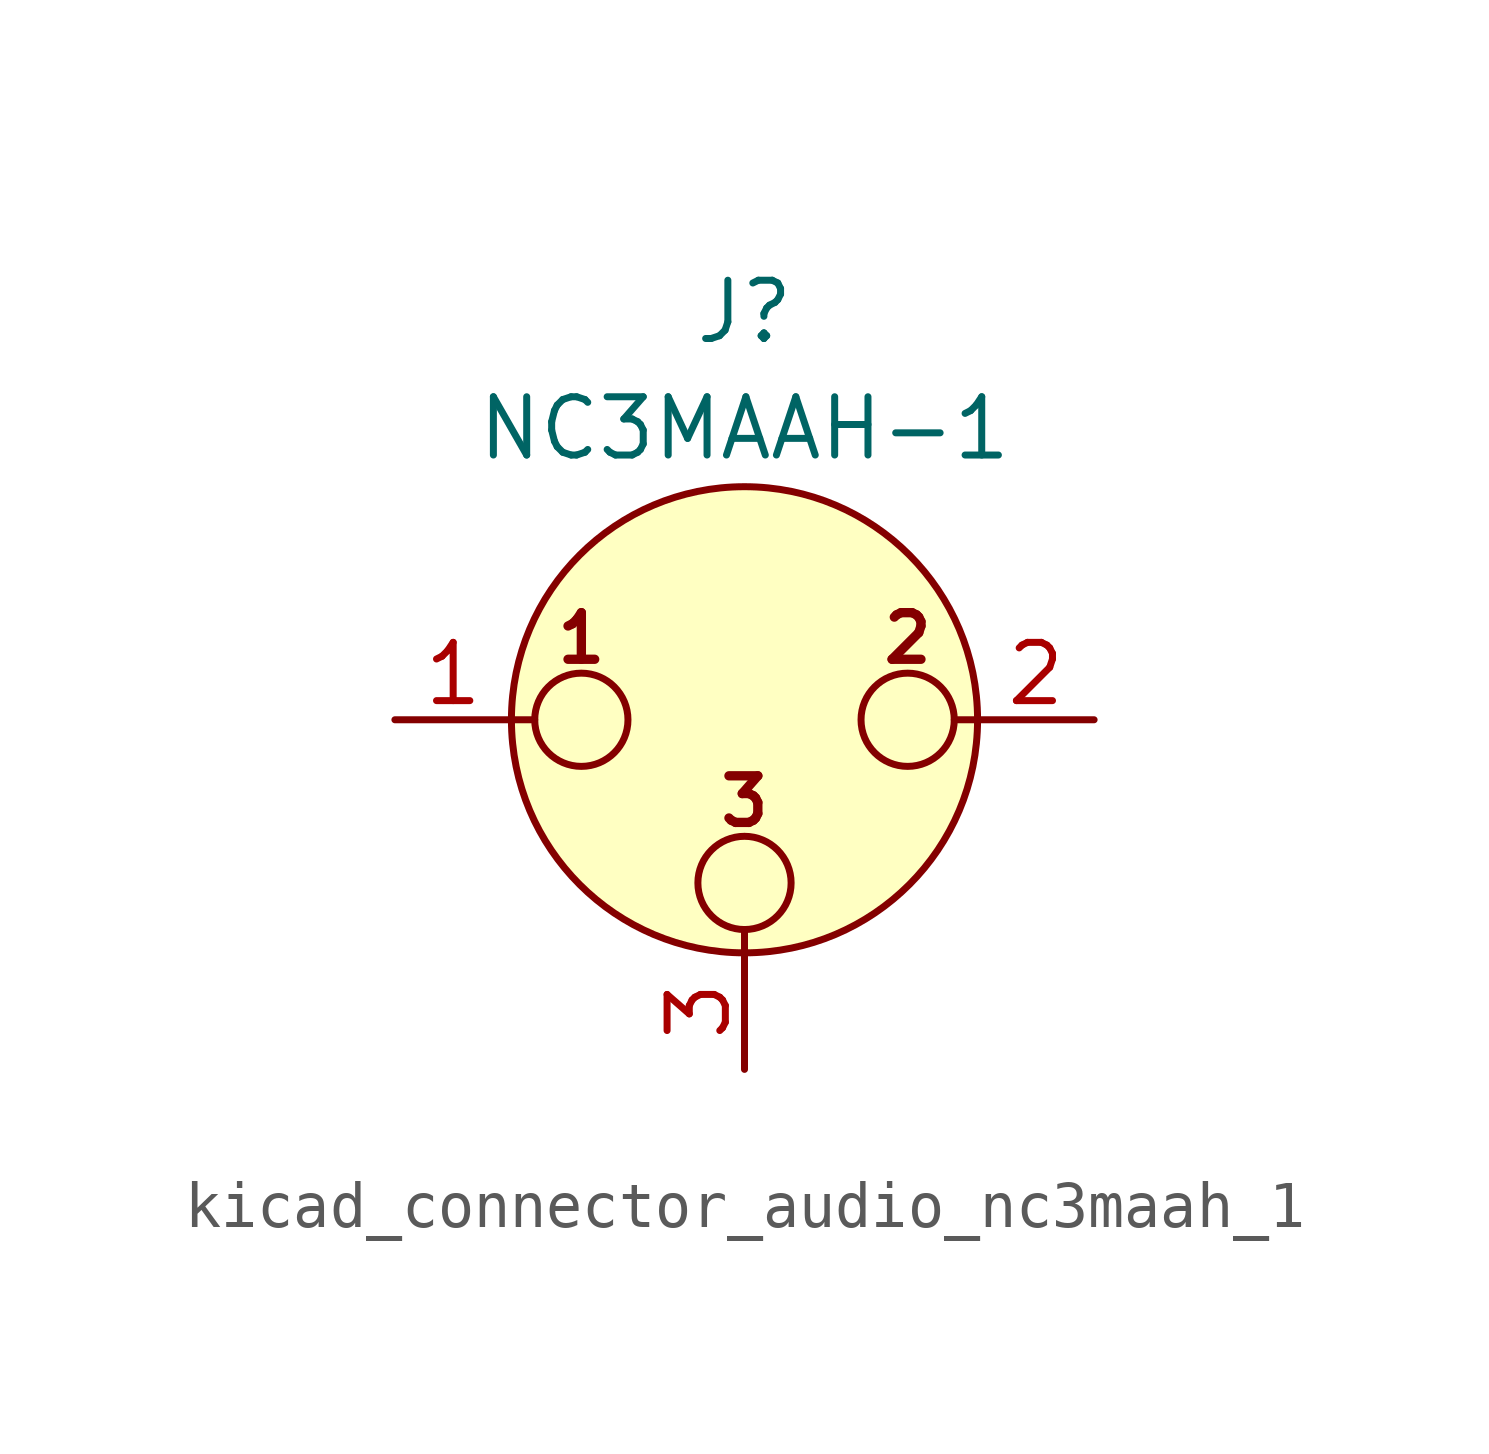
<source format=kicad_sym>
(kicad_symbol_lib
  (version 20220914)
  (generator kicad_symbol_editor)
  (symbol "kicad_connector_audio_nc3maah_1"
    (pin_names hide)
    (property "Reference" "J"
      (at 0 8.89 0)
      (effects (font (size 1.27 1.27))))
    (property "Value" "NC3MAAH-1"
      (at 0 6.35 0)
      (effects (font (size 1.27 1.27))))
    (symbol "kicad_connector_audio_nc3maah_1_0_1"
      (circle (center -3.556 0) (radius 1.016) (stroke (width 0) (type default)) (fill (type none)))
      (circle (center 0 -3.556) (radius 1.016) (stroke (width 0) (type default)) (fill (type none)))
      (polyline (pts (xy -5.08 0) (xy -4.572 0)) (stroke (width 0) (type default)) (fill (type none)))
      (polyline (pts (xy 0 -5.08) (xy 0 -4.572)) (stroke (width 0) (type default)) (fill (type none)))
      (polyline (pts (xy 5.08 0) (xy 4.572 0)) (stroke (width 0) (type default)) (fill (type none)))
      (circle (center 0 0) (radius 5.08) (stroke (width 0) (type default)) (fill (type background)))
      (circle (center 3.556 0) (radius 1.016) (stroke (width 0) (type default)) (fill (type none)))
      (text "1" (at -3.556 1.778 0) (effects (font (size 1.016 1.016) bold)))
      (text "2" (at 3.556 1.778 0) (effects (font (size 1.016 1.016) bold)))
      (text "3" (at 0 -1.778 0) (effects (font (size 1.016 1.016) bold)))
      (pin passive line (at -7.62 0 0) (length 2.54) (name "~" (effects (font (size 1.27 1.27)))) (number "1" (effects (font (size 1.27 1.27)))))
      (pin passive line (at 7.62 0 180) (length 2.54) (name "~" (effects (font (size 1.27 1.27)))) (number "2" (effects (font (size 1.27 1.27)))))
      (pin passive line (at 0 -7.62 90) (length 2.54) (name "~" (effects (font (size 1.27 1.27)))) (number "3" (effects (font (size 1.27 1.27))))))))
</source>
